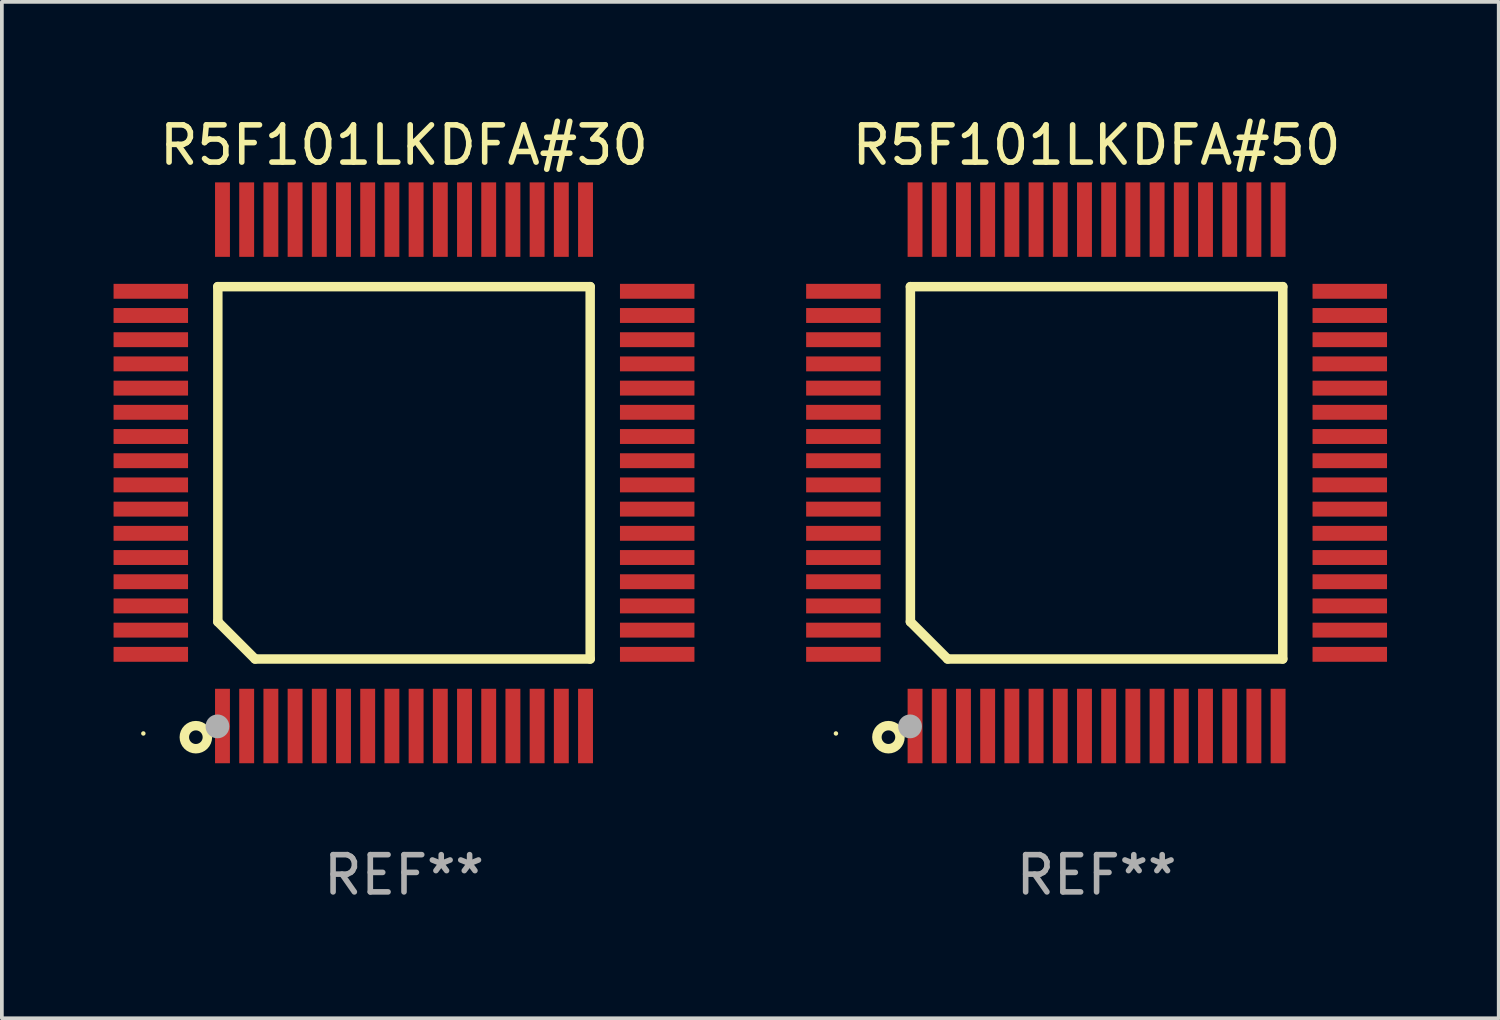
<source format=kicad_pcb>
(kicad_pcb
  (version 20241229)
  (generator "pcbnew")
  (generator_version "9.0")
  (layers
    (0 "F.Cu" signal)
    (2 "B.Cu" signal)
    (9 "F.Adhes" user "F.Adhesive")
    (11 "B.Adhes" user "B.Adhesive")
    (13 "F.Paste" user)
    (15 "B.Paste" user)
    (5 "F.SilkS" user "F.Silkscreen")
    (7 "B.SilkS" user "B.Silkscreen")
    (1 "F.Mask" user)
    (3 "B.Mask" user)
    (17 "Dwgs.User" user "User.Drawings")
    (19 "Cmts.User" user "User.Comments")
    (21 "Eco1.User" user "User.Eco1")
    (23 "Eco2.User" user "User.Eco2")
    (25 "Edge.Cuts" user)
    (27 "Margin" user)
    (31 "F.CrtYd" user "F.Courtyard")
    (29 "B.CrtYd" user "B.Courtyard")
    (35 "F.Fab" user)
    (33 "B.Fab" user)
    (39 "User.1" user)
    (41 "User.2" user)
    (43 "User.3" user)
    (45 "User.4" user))
  (footprint "R5F101LKDFA#30"
    (layer "F.Cu")
    (at 7.8 9.648)
    (property "Reference" "R5F101LKDFA#30" (at 0 -8.8 0) (layer "F.SilkS") (effects (font (size 1 1) (thickness 0.15))))
    (attr through_hole)
    (fp_line (start -5 -5) (end 5 -5) (stroke (width 0.254) (type solid)) (layer "F.SilkS"))
    (fp_line (start -5 4) (end -5 -5) (stroke (width 0.254) (type solid)) (layer "F.SilkS"))
    (fp_line (start -4 5) (end -5 4) (stroke (width 0.254) (type solid)) (layer "F.SilkS"))
    (fp_line (start 5 -5) (end 5 5) (stroke (width 0.254) (type solid)) (layer "F.SilkS"))
    (fp_line (start 5 5) (end -4 5) (stroke (width 0.254) (type solid)) (layer "F.SilkS"))
    (fp_circle (center -7 7) (end -6.97 7) (stroke (width 0.06) (type solid)) (fill no) (layer "F.SilkS"))
    (fp_circle (center -5.59 7.1) (end -5.28 7.1) (stroke (width 0.254) (type solid)) (fill no) (layer "F.SilkS"))
    (fp_circle (center -5.01 6.81) (end -4.85 6.81) (stroke (width 0.32) (type solid)) (fill no) (layer "F.Fab"))
    (fp_text user "REF**" (at 0 10.8 0) (layer "F.Fab") (effects (font (size 1 1) (thickness 0.15))))
    (pad "1" smd rect (at -4.875 6.8) (size 0.4 2) (layers "F.Cu" "F.Mask" "F.Paste"))
    (pad "2" smd rect (at -4.225 6.8) (size 0.4 2) (layers "F.Cu" "F.Mask" "F.Paste"))
    (pad "3" smd rect (at -3.575 6.8) (size 0.4 2) (layers "F.Cu" "F.Mask" "F.Paste"))
    (pad "4" smd rect (at -2.925 6.8) (size 0.4 2) (layers "F.Cu" "F.Mask" "F.Paste"))
    (pad "5" smd rect (at -2.275 6.8) (size 0.4 2) (layers "F.Cu" "F.Mask" "F.Paste"))
    (pad "6" smd rect (at -1.625 6.8) (size 0.4 2) (layers "F.Cu" "F.Mask" "F.Paste"))
    (pad "7" smd rect (at -0.975 6.8) (size 0.4 2) (layers "F.Cu" "F.Mask" "F.Paste"))
    (pad "8" smd rect (at -0.325 6.8) (size 0.4 2) (layers "F.Cu" "F.Mask" "F.Paste"))
    (pad "9" smd rect (at 0.325 6.8) (size 0.4 2) (layers "F.Cu" "F.Mask" "F.Paste"))
    (pad "10" smd rect (at 0.975 6.8) (size 0.4 2) (layers "F.Cu" "F.Mask" "F.Paste"))
    (pad "11" smd rect (at 1.625 6.8) (size 0.4 2) (layers "F.Cu" "F.Mask" "F.Paste"))
    (pad "12" smd rect (at 2.275 6.8) (size 0.4 2) (layers "F.Cu" "F.Mask" "F.Paste"))
    (pad "13" smd rect (at 2.925 6.8) (size 0.4 2) (layers "F.Cu" "F.Mask" "F.Paste"))
    (pad "14" smd rect (at 3.575 6.8) (size 0.4 2) (layers "F.Cu" "F.Mask" "F.Paste"))
    (pad "15" smd rect (at 4.225 6.8) (size 0.4 2) (layers "F.Cu" "F.Mask" "F.Paste"))
    (pad "16" smd rect (at 4.875 6.8) (size 0.4 2) (layers "F.Cu" "F.Mask" "F.Paste"))
    (pad "17" smd rect (at 6.8 4.875) (size 2 0.4) (layers "F.Cu" "F.Mask" "F.Paste"))
    (pad "18" smd rect (at 6.8 4.225) (size 2 0.4) (layers "F.Cu" "F.Mask" "F.Paste"))
    (pad "19" smd rect (at 6.8 3.575) (size 2 0.4) (layers "F.Cu" "F.Mask" "F.Paste"))
    (pad "20" smd rect (at 6.8 2.925) (size 2 0.4) (layers "F.Cu" "F.Mask" "F.Paste"))
    (pad "21" smd rect (at 6.8 2.275) (size 2 0.4) (layers "F.Cu" "F.Mask" "F.Paste"))
    (pad "22" smd rect (at 6.8 1.625) (size 2 0.4) (layers "F.Cu" "F.Mask" "F.Paste"))
    (pad "23" smd rect (at 6.8 0.975) (size 2 0.4) (layers "F.Cu" "F.Mask" "F.Paste"))
    (pad "24" smd rect (at 6.8 0.325) (size 2 0.4) (layers "F.Cu" "F.Mask" "F.Paste"))
    (pad "25" smd rect (at 6.8 -0.325) (size 2 0.4) (layers "F.Cu" "F.Mask" "F.Paste"))
    (pad "26" smd rect (at 6.8 -0.975) (size 2 0.4) (layers "F.Cu" "F.Mask" "F.Paste"))
    (pad "27" smd rect (at 6.8 -1.625) (size 2 0.4) (layers "F.Cu" "F.Mask" "F.Paste"))
    (pad "28" smd rect (at 6.8 -2.275) (size 2 0.4) (layers "F.Cu" "F.Mask" "F.Paste"))
    (pad "29" smd rect (at 6.8 -2.925) (size 2 0.4) (layers "F.Cu" "F.Mask" "F.Paste"))
    (pad "30" smd rect (at 6.8 -3.575) (size 2 0.4) (layers "F.Cu" "F.Mask" "F.Paste"))
    (pad "31" smd rect (at 6.8 -4.225) (size 2 0.4) (layers "F.Cu" "F.Mask" "F.Paste"))
    (pad "32" smd rect (at 6.8 -4.875) (size 2 0.4) (layers "F.Cu" "F.Mask" "F.Paste"))
    (pad "33" smd rect (at 4.875 -6.8) (size 0.4 2) (layers "F.Cu" "F.Mask" "F.Paste"))
    (pad "34" smd rect (at 4.225 -6.8) (size 0.4 2) (layers "F.Cu" "F.Mask" "F.Paste"))
    (pad "35" smd rect (at 3.575 -6.8) (size 0.4 2) (layers "F.Cu" "F.Mask" "F.Paste"))
    (pad "36" smd rect (at 2.925 -6.8) (size 0.4 2) (layers "F.Cu" "F.Mask" "F.Paste"))
    (pad "37" smd rect (at 2.275 -6.8) (size 0.4 2) (layers "F.Cu" "F.Mask" "F.Paste"))
    (pad "38" smd rect (at 1.625 -6.8) (size 0.4 2) (layers "F.Cu" "F.Mask" "F.Paste"))
    (pad "39" smd rect (at 0.975 -6.8) (size 0.4 2) (layers "F.Cu" "F.Mask" "F.Paste"))
    (pad "40" smd rect (at 0.325 -6.8) (size 0.4 2) (layers "F.Cu" "F.Mask" "F.Paste"))
    (pad "41" smd rect (at -0.325 -6.8) (size 0.4 2) (layers "F.Cu" "F.Mask" "F.Paste"))
    (pad "42" smd rect (at -0.975 -6.8) (size 0.4 2) (layers "F.Cu" "F.Mask" "F.Paste"))
    (pad "43" smd rect (at -1.625 -6.8) (size 0.4 2) (layers "F.Cu" "F.Mask" "F.Paste"))
    (pad "44" smd rect (at -2.275 -6.8) (size 0.4 2) (layers "F.Cu" "F.Mask" "F.Paste"))
    (pad "45" smd rect (at -2.925 -6.8) (size 0.4 2) (layers "F.Cu" "F.Mask" "F.Paste"))
    (pad "46" smd rect (at -3.575 -6.8) (size 0.4 2) (layers "F.Cu" "F.Mask" "F.Paste"))
    (pad "47" smd rect (at -4.225 -6.8) (size 0.4 2) (layers "F.Cu" "F.Mask" "F.Paste"))
    (pad "48" smd rect (at -4.875 -6.8) (size 0.4 2) (layers "F.Cu" "F.Mask" "F.Paste"))
    (pad "49" smd rect (at -6.8 -4.875) (size 2 0.4) (layers "F.Cu" "F.Mask" "F.Paste"))
    (pad "50" smd rect (at -6.8 -4.225) (size 2 0.4) (layers "F.Cu" "F.Mask" "F.Paste"))
    (pad "51" smd rect (at -6.8 -3.575) (size 2 0.4) (layers "F.Cu" "F.Mask" "F.Paste"))
    (pad "52" smd rect (at -6.8 -2.925) (size 2 0.4) (layers "F.Cu" "F.Mask" "F.Paste"))
    (pad "53" smd rect (at -6.8 -2.275) (size 2 0.4) (layers "F.Cu" "F.Mask" "F.Paste"))
    (pad "54" smd rect (at -6.8 -1.625) (size 2 0.4) (layers "F.Cu" "F.Mask" "F.Paste"))
    (pad "55" smd rect (at -6.8 -0.975) (size 2 0.4) (layers "F.Cu" "F.Mask" "F.Paste"))
    (pad "56" smd rect (at -6.8 -0.325) (size 2 0.4) (layers "F.Cu" "F.Mask" "F.Paste"))
    (pad "57" smd rect (at -6.8 0.325) (size 2 0.4) (layers "F.Cu" "F.Mask" "F.Paste"))
    (pad "58" smd rect (at -6.8 0.975) (size 2 0.4) (layers "F.Cu" "F.Mask" "F.Paste"))
    (pad "59" smd rect (at -6.8 1.625) (size 2 0.4) (layers "F.Cu" "F.Mask" "F.Paste"))
    (pad "60" smd rect (at -6.8 2.275) (size 2 0.4) (layers "F.Cu" "F.Mask" "F.Paste"))
    (pad "61" smd rect (at -6.8 2.925) (size 2 0.4) (layers "F.Cu" "F.Mask" "F.Paste"))
    (pad "62" smd rect (at -6.8 3.575) (size 2 0.4) (layers "F.Cu" "F.Mask" "F.Paste"))
    (pad "63" smd rect (at -6.8 4.225) (size 2 0.4) (layers "F.Cu" "F.Mask" "F.Paste"))
    (pad "64" smd rect (at -6.8 4.875) (size 2 0.4) (layers "F.Cu" "F.Mask" "F.Paste")))
  (footprint "R5F101LKDFA#50"
    (layer "F.Cu")
    (at 26.4 9.648)
    (property "Reference" "R5F101LKDFA#50" (at 0 -8.8 0) (layer "F.SilkS") (effects (font (size 1 1) (thickness 0.15))))
    (attr through_hole)
    (fp_line (start -5 -5) (end 5 -5) (stroke (width 0.254) (type solid)) (layer "F.SilkS"))
    (fp_line (start -5 4) (end -5 -5) (stroke (width 0.254) (type solid)) (layer "F.SilkS"))
    (fp_line (start -4 5) (end -5 4) (stroke (width 0.254) (type solid)) (layer "F.SilkS"))
    (fp_line (start 5 -5) (end 5 5) (stroke (width 0.254) (type solid)) (layer "F.SilkS"))
    (fp_line (start 5 5) (end -4 5) (stroke (width 0.254) (type solid)) (layer "F.SilkS"))
    (fp_circle (center -7 7) (end -6.97 7) (stroke (width 0.06) (type solid)) (fill no) (layer "F.SilkS"))
    (fp_circle (center -5.59 7.1) (end -5.28 7.1) (stroke (width 0.254) (type solid)) (fill no) (layer "F.SilkS"))
    (fp_circle (center -5.01 6.81) (end -4.85 6.81) (stroke (width 0.32) (type solid)) (fill no) (layer "F.Fab"))
    (fp_text user "REF**" (at 0 10.8 0) (layer "F.Fab") (effects (font (size 1 1) (thickness 0.15))))
    (pad "1" smd rect (at -4.875 6.8) (size 0.4 2) (layers "F.Cu" "F.Mask" "F.Paste"))
    (pad "2" smd rect (at -4.225 6.8) (size 0.4 2) (layers "F.Cu" "F.Mask" "F.Paste"))
    (pad "3" smd rect (at -3.575 6.8) (size 0.4 2) (layers "F.Cu" "F.Mask" "F.Paste"))
    (pad "4" smd rect (at -2.925 6.8) (size 0.4 2) (layers "F.Cu" "F.Mask" "F.Paste"))
    (pad "5" smd rect (at -2.275 6.8) (size 0.4 2) (layers "F.Cu" "F.Mask" "F.Paste"))
    (pad "6" smd rect (at -1.625 6.8) (size 0.4 2) (layers "F.Cu" "F.Mask" "F.Paste"))
    (pad "7" smd rect (at -0.975 6.8) (size 0.4 2) (layers "F.Cu" "F.Mask" "F.Paste"))
    (pad "8" smd rect (at -0.325 6.8) (size 0.4 2) (layers "F.Cu" "F.Mask" "F.Paste"))
    (pad "9" smd rect (at 0.325 6.8) (size 0.4 2) (layers "F.Cu" "F.Mask" "F.Paste"))
    (pad "10" smd rect (at 0.975 6.8) (size 0.4 2) (layers "F.Cu" "F.Mask" "F.Paste"))
    (pad "11" smd rect (at 1.625 6.8) (size 0.4 2) (layers "F.Cu" "F.Mask" "F.Paste"))
    (pad "12" smd rect (at 2.275 6.8) (size 0.4 2) (layers "F.Cu" "F.Mask" "F.Paste"))
    (pad "13" smd rect (at 2.925 6.8) (size 0.4 2) (layers "F.Cu" "F.Mask" "F.Paste"))
    (pad "14" smd rect (at 3.575 6.8) (size 0.4 2) (layers "F.Cu" "F.Mask" "F.Paste"))
    (pad "15" smd rect (at 4.225 6.8) (size 0.4 2) (layers "F.Cu" "F.Mask" "F.Paste"))
    (pad "16" smd rect (at 4.875 6.8) (size 0.4 2) (layers "F.Cu" "F.Mask" "F.Paste"))
    (pad "17" smd rect (at 6.8 4.875) (size 2 0.4) (layers "F.Cu" "F.Mask" "F.Paste"))
    (pad "18" smd rect (at 6.8 4.225) (size 2 0.4) (layers "F.Cu" "F.Mask" "F.Paste"))
    (pad "19" smd rect (at 6.8 3.575) (size 2 0.4) (layers "F.Cu" "F.Mask" "F.Paste"))
    (pad "20" smd rect (at 6.8 2.925) (size 2 0.4) (layers "F.Cu" "F.Mask" "F.Paste"))
    (pad "21" smd rect (at 6.8 2.275) (size 2 0.4) (layers "F.Cu" "F.Mask" "F.Paste"))
    (pad "22" smd rect (at 6.8 1.625) (size 2 0.4) (layers "F.Cu" "F.Mask" "F.Paste"))
    (pad "23" smd rect (at 6.8 0.975) (size 2 0.4) (layers "F.Cu" "F.Mask" "F.Paste"))
    (pad "24" smd rect (at 6.8 0.325) (size 2 0.4) (layers "F.Cu" "F.Mask" "F.Paste"))
    (pad "25" smd rect (at 6.8 -0.325) (size 2 0.4) (layers "F.Cu" "F.Mask" "F.Paste"))
    (pad "26" smd rect (at 6.8 -0.975) (size 2 0.4) (layers "F.Cu" "F.Mask" "F.Paste"))
    (pad "27" smd rect (at 6.8 -1.625) (size 2 0.4) (layers "F.Cu" "F.Mask" "F.Paste"))
    (pad "28" smd rect (at 6.8 -2.275) (size 2 0.4) (layers "F.Cu" "F.Mask" "F.Paste"))
    (pad "29" smd rect (at 6.8 -2.925) (size 2 0.4) (layers "F.Cu" "F.Mask" "F.Paste"))
    (pad "30" smd rect (at 6.8 -3.575) (size 2 0.4) (layers "F.Cu" "F.Mask" "F.Paste"))
    (pad "31" smd rect (at 6.8 -4.225) (size 2 0.4) (layers "F.Cu" "F.Mask" "F.Paste"))
    (pad "32" smd rect (at 6.8 -4.875) (size 2 0.4) (layers "F.Cu" "F.Mask" "F.Paste"))
    (pad "33" smd rect (at 4.875 -6.8) (size 0.4 2) (layers "F.Cu" "F.Mask" "F.Paste"))
    (pad "34" smd rect (at 4.225 -6.8) (size 0.4 2) (layers "F.Cu" "F.Mask" "F.Paste"))
    (pad "35" smd rect (at 3.575 -6.8) (size 0.4 2) (layers "F.Cu" "F.Mask" "F.Paste"))
    (pad "36" smd rect (at 2.925 -6.8) (size 0.4 2) (layers "F.Cu" "F.Mask" "F.Paste"))
    (pad "37" smd rect (at 2.275 -6.8) (size 0.4 2) (layers "F.Cu" "F.Mask" "F.Paste"))
    (pad "38" smd rect (at 1.625 -6.8) (size 0.4 2) (layers "F.Cu" "F.Mask" "F.Paste"))
    (pad "39" smd rect (at 0.975 -6.8) (size 0.4 2) (layers "F.Cu" "F.Mask" "F.Paste"))
    (pad "40" smd rect (at 0.325 -6.8) (size 0.4 2) (layers "F.Cu" "F.Mask" "F.Paste"))
    (pad "41" smd rect (at -0.325 -6.8) (size 0.4 2) (layers "F.Cu" "F.Mask" "F.Paste"))
    (pad "42" smd rect (at -0.975 -6.8) (size 0.4 2) (layers "F.Cu" "F.Mask" "F.Paste"))
    (pad "43" smd rect (at -1.625 -6.8) (size 0.4 2) (layers "F.Cu" "F.Mask" "F.Paste"))
    (pad "44" smd rect (at -2.275 -6.8) (size 0.4 2) (layers "F.Cu" "F.Mask" "F.Paste"))
    (pad "45" smd rect (at -2.925 -6.8) (size 0.4 2) (layers "F.Cu" "F.Mask" "F.Paste"))
    (pad "46" smd rect (at -3.575 -6.8) (size 0.4 2) (layers "F.Cu" "F.Mask" "F.Paste"))
    (pad "47" smd rect (at -4.225 -6.8) (size 0.4 2) (layers "F.Cu" "F.Mask" "F.Paste"))
    (pad "48" smd rect (at -4.875 -6.8) (size 0.4 2) (layers "F.Cu" "F.Mask" "F.Paste"))
    (pad "49" smd rect (at -6.8 -4.875) (size 2 0.4) (layers "F.Cu" "F.Mask" "F.Paste"))
    (pad "50" smd rect (at -6.8 -4.225) (size 2 0.4) (layers "F.Cu" "F.Mask" "F.Paste"))
    (pad "51" smd rect (at -6.8 -3.575) (size 2 0.4) (layers "F.Cu" "F.Mask" "F.Paste"))
    (pad "52" smd rect (at -6.8 -2.925) (size 2 0.4) (layers "F.Cu" "F.Mask" "F.Paste"))
    (pad "53" smd rect (at -6.8 -2.275) (size 2 0.4) (layers "F.Cu" "F.Mask" "F.Paste"))
    (pad "54" smd rect (at -6.8 -1.625) (size 2 0.4) (layers "F.Cu" "F.Mask" "F.Paste"))
    (pad "55" smd rect (at -6.8 -0.975) (size 2 0.4) (layers "F.Cu" "F.Mask" "F.Paste"))
    (pad "56" smd rect (at -6.8 -0.325) (size 2 0.4) (layers "F.Cu" "F.Mask" "F.Paste"))
    (pad "57" smd rect (at -6.8 0.325) (size 2 0.4) (layers "F.Cu" "F.Mask" "F.Paste"))
    (pad "58" smd rect (at -6.8 0.975) (size 2 0.4) (layers "F.Cu" "F.Mask" "F.Paste"))
    (pad "59" smd rect (at -6.8 1.625) (size 2 0.4) (layers "F.Cu" "F.Mask" "F.Paste"))
    (pad "60" smd rect (at -6.8 2.275) (size 2 0.4) (layers "F.Cu" "F.Mask" "F.Paste"))
    (pad "61" smd rect (at -6.8 2.925) (size 2 0.4) (layers "F.Cu" "F.Mask" "F.Paste"))
    (pad "62" smd rect (at -6.8 3.575) (size 2 0.4) (layers "F.Cu" "F.Mask" "F.Paste"))
    (pad "63" smd rect (at -6.8 4.225) (size 2 0.4) (layers "F.Cu" "F.Mask" "F.Paste"))
    (pad "64" smd rect (at -6.8 4.875) (size 2 0.4) (layers "F.Cu" "F.Mask" "F.Paste")))
  (gr_rect
    (start -3 -3)
    (end 37.2 24.297)
    (stroke (width 0.1) (type default))
    (fill no)
    (layer "Edge.Cuts")))
</source>
